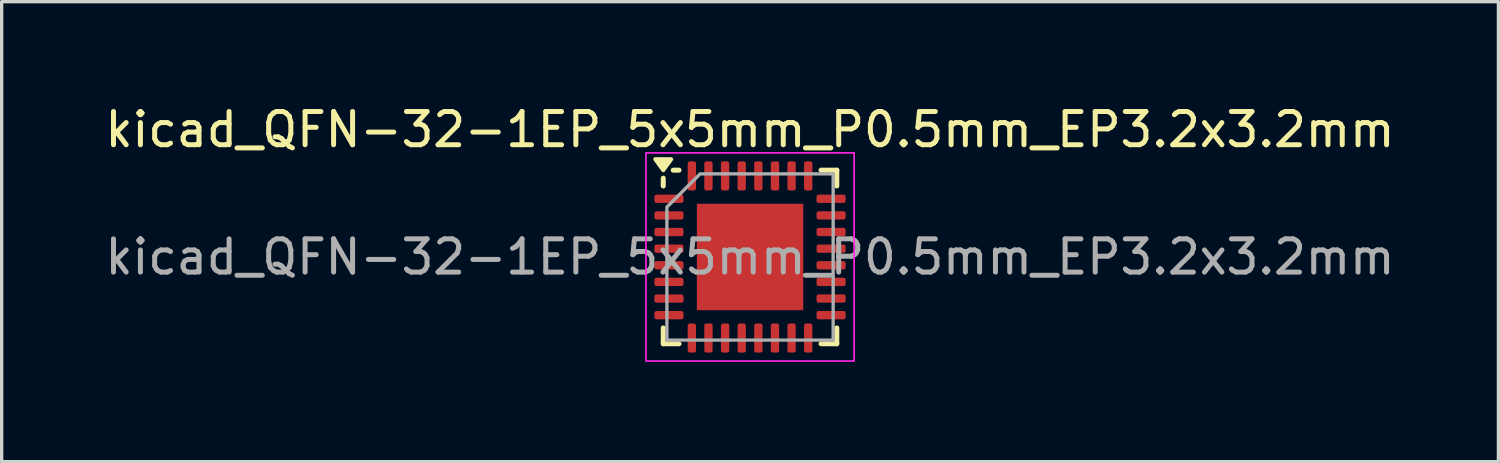
<source format=kicad_pcb>
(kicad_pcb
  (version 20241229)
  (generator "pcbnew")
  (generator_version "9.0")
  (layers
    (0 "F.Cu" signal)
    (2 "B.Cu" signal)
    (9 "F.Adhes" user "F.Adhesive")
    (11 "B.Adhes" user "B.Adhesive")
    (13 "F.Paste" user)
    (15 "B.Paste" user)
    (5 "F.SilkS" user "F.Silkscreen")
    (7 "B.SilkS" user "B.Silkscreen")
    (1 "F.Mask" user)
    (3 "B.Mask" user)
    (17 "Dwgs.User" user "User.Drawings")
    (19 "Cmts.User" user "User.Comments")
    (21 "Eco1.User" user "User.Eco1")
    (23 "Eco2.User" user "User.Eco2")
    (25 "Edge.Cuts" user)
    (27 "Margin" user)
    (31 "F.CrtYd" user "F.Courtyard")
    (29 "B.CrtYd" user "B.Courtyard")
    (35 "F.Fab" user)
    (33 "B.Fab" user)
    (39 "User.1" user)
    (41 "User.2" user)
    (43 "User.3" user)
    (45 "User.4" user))
  (footprint "kicad_QFN-32-1EP_5x5mm_P0.5mm_EP3.2x3.2mm"
    (layer "F.Cu")
    (at 19.506 4.678)
    (property "Reference" "kicad_QFN-32-1EP_5x5mm_P0.5mm_EP3.2x3.2mm" (at 0 -3.83 0) (layer "F.SilkS") (effects (font (size 1 1) (thickness 0.15))))
    (attr smd)
    (fp_line (start -2.61 -2.135) (end -2.61 -2.37) (stroke (width 0.15) (type solid)) (layer "F.SilkS"))
    (fp_line (start -2.61 2.61) (end -2.61 2.135) (stroke (width 0.15) (type solid)) (layer "F.SilkS"))
    (fp_line (start -2.135 -2.61) (end -2.31 -2.61) (stroke (width 0.15) (type solid)) (layer "F.SilkS"))
    (fp_line (start -2.135 2.61) (end -2.61 2.61) (stroke (width 0.15) (type solid)) (layer "F.SilkS"))
    (fp_line (start 2.135 -2.61) (end 2.61 -2.61) (stroke (width 0.15) (type solid)) (layer "F.SilkS"))
    (fp_line (start 2.135 2.61) (end 2.61 2.61) (stroke (width 0.15) (type solid)) (layer "F.SilkS"))
    (fp_line (start 2.61 -2.61) (end 2.61 -2.135) (stroke (width 0.15) (type solid)) (layer "F.SilkS"))
    (fp_line (start 2.61 2.61) (end 2.61 2.135) (stroke (width 0.15) (type solid)) (layer "F.SilkS"))
    (fp_poly (pts (xy -2.61 -2.61) (xy -2.85 -2.94) (xy -2.37 -2.94)) (stroke (width 0.12) (type solid)) (fill yes) (layer "F.SilkS"))
    (fp_rect (start -3.13 -3.13) (end 3.13 3.13) (stroke (width 0.05) (type solid)) (fill no) (layer "F.CrtYd"))
    (fp_poly (pts (xy -2.5 -1.5) (xy -2.5 2.5) (xy 2.5 2.5) (xy 2.5 -2.5) (xy -1.5 -2.5)) (stroke (width 0.1) (type solid)) (fill no) (layer "F.Fab"))
    (fp_text user "${REFERENCE}" (at 0 0 0) (layer "F.Fab") (effects (font (size 1 1) (thickness 0.15))))
    (pad "" smd roundrect (at -1.05 -1.05) (size 0.89 0.89) (layers "F.Paste") (roundrect_rratio 0.25))
    (pad "" smd roundrect (at -1.05 0) (size 0.89 0.89) (layers "F.Paste") (roundrect_rratio 0.25))
    (pad "" smd roundrect (at -1.05 1.05) (size 0.89 0.89) (layers "F.Paste") (roundrect_rratio 0.25))
    (pad "" smd roundrect (at 0 -1.05) (size 0.89 0.89) (layers "F.Paste") (roundrect_rratio 0.25))
    (pad "" smd roundrect (at 0 0) (size 0.89 0.89) (layers "F.Paste") (roundrect_rratio 0.25))
    (pad "" smd roundrect (at 0 1.05) (size 0.89 0.89) (layers "F.Paste") (roundrect_rratio 0.25))
    (pad "" smd roundrect (at 1.05 -1.05) (size 0.89 0.89) (layers "F.Paste") (roundrect_rratio 0.25))
    (pad "" smd roundrect (at 1.05 0) (size 0.89 0.89) (layers "F.Paste") (roundrect_rratio 0.25))
    (pad "" smd roundrect (at 1.05 1.05) (size 0.89 0.89) (layers "F.Paste") (roundrect_rratio 0.25))
    (pad "1" smd roundrect (at -2.438 -1.75) (size 0.875 0.25) (layers "F.Cu" "F.Mask" "F.Paste") (roundrect_rratio 0.25))
    (pad "2" smd roundrect (at -2.438 -1.25) (size 0.875 0.25) (layers "F.Cu" "F.Mask" "F.Paste") (roundrect_rratio 0.25))
    (pad "3" smd roundrect (at -2.438 -0.75) (size 0.875 0.25) (layers "F.Cu" "F.Mask" "F.Paste") (roundrect_rratio 0.25))
    (pad "4" smd roundrect (at -2.438 -0.25) (size 0.875 0.25) (layers "F.Cu" "F.Mask" "F.Paste") (roundrect_rratio 0.25))
    (pad "5" smd roundrect (at -2.438 0.25) (size 0.875 0.25) (layers "F.Cu" "F.Mask" "F.Paste") (roundrect_rratio 0.25))
    (pad "6" smd roundrect (at -2.438 0.75) (size 0.875 0.25) (layers "F.Cu" "F.Mask" "F.Paste") (roundrect_rratio 0.25))
    (pad "7" smd roundrect (at -2.438 1.25) (size 0.875 0.25) (layers "F.Cu" "F.Mask" "F.Paste") (roundrect_rratio 0.25))
    (pad "8" smd roundrect (at -2.438 1.75) (size 0.875 0.25) (layers "F.Cu" "F.Mask" "F.Paste") (roundrect_rratio 0.25))
    (pad "9" smd roundrect (at -1.75 2.438) (size 0.25 0.875) (layers "F.Cu" "F.Mask" "F.Paste") (roundrect_rratio 0.25))
    (pad "10" smd roundrect (at -1.25 2.438) (size 0.25 0.875) (layers "F.Cu" "F.Mask" "F.Paste") (roundrect_rratio 0.25))
    (pad "11" smd roundrect (at -0.75 2.438) (size 0.25 0.875) (layers "F.Cu" "F.Mask" "F.Paste") (roundrect_rratio 0.25))
    (pad "12" smd roundrect (at -0.25 2.438) (size 0.25 0.875) (layers "F.Cu" "F.Mask" "F.Paste") (roundrect_rratio 0.25))
    (pad "13" smd roundrect (at 0.25 2.438) (size 0.25 0.875) (layers "F.Cu" "F.Mask" "F.Paste") (roundrect_rratio 0.25))
    (pad "14" smd roundrect (at 0.75 2.438) (size 0.25 0.875) (layers "F.Cu" "F.Mask" "F.Paste") (roundrect_rratio 0.25))
    (pad "15" smd roundrect (at 1.25 2.438) (size 0.25 0.875) (layers "F.Cu" "F.Mask" "F.Paste") (roundrect_rratio 0.25))
    (pad "16" smd roundrect (at 1.75 2.438) (size 0.25 0.875) (layers "F.Cu" "F.Mask" "F.Paste") (roundrect_rratio 0.25))
    (pad "17" smd roundrect (at 2.438 1.75) (size 0.875 0.25) (layers "F.Cu" "F.Mask" "F.Paste") (roundrect_rratio 0.25))
    (pad "18" smd roundrect (at 2.438 1.25) (size 0.875 0.25) (layers "F.Cu" "F.Mask" "F.Paste") (roundrect_rratio 0.25))
    (pad "19" smd roundrect (at 2.438 0.75) (size 0.875 0.25) (layers "F.Cu" "F.Mask" "F.Paste") (roundrect_rratio 0.25))
    (pad "20" smd roundrect (at 2.438 0.25) (size 0.875 0.25) (layers "F.Cu" "F.Mask" "F.Paste") (roundrect_rratio 0.25))
    (pad "21" smd roundrect (at 2.438 -0.25) (size 0.875 0.25) (layers "F.Cu" "F.Mask" "F.Paste") (roundrect_rratio 0.25))
    (pad "22" smd roundrect (at 2.438 -0.75) (size 0.875 0.25) (layers "F.Cu" "F.Mask" "F.Paste") (roundrect_rratio 0.25))
    (pad "23" smd roundrect (at 2.438 -1.25) (size 0.875 0.25) (layers "F.Cu" "F.Mask" "F.Paste") (roundrect_rratio 0.25))
    (pad "24" smd roundrect (at 2.438 -1.75) (size 0.875 0.25) (layers "F.Cu" "F.Mask" "F.Paste") (roundrect_rratio 0.25))
    (pad "25" smd roundrect (at 1.75 -2.438) (size 0.25 0.875) (layers "F.Cu" "F.Mask" "F.Paste") (roundrect_rratio 0.25))
    (pad "26" smd roundrect (at 1.25 -2.438) (size 0.25 0.875) (layers "F.Cu" "F.Mask" "F.Paste") (roundrect_rratio 0.25))
    (pad "27" smd roundrect (at 0.75 -2.438) (size 0.25 0.875) (layers "F.Cu" "F.Mask" "F.Paste") (roundrect_rratio 0.25))
    (pad "28" smd roundrect (at 0.25 -2.438) (size 0.25 0.875) (layers "F.Cu" "F.Mask" "F.Paste") (roundrect_rratio 0.25))
    (pad "29" smd roundrect (at -0.25 -2.438) (size 0.25 0.875) (layers "F.Cu" "F.Mask" "F.Paste") (roundrect_rratio 0.25))
    (pad "30" smd roundrect (at -0.75 -2.438) (size 0.25 0.875) (layers "F.Cu" "F.Mask" "F.Paste") (roundrect_rratio 0.25))
    (pad "31" smd roundrect (at -1.25 -2.438) (size 0.25 0.875) (layers "F.Cu" "F.Mask" "F.Paste") (roundrect_rratio 0.25))
    (pad "32" smd roundrect (at -1.75 -2.438) (size 0.25 0.875) (layers "F.Cu" "F.Mask" "F.Paste") (roundrect_rratio 0.25))
    (pad "EP" smd rect (at 0 0) (size 3.2 3.2) (property pad_prop_heatsink) (layers "F.Cu" "F.Mask")))
  (gr_rect
    (start -3 -3)
    (end 42.012 10.833)
    (stroke (width 0.1) (type default))
    (fill no)
    (layer "Edge.Cuts")))
</source>
